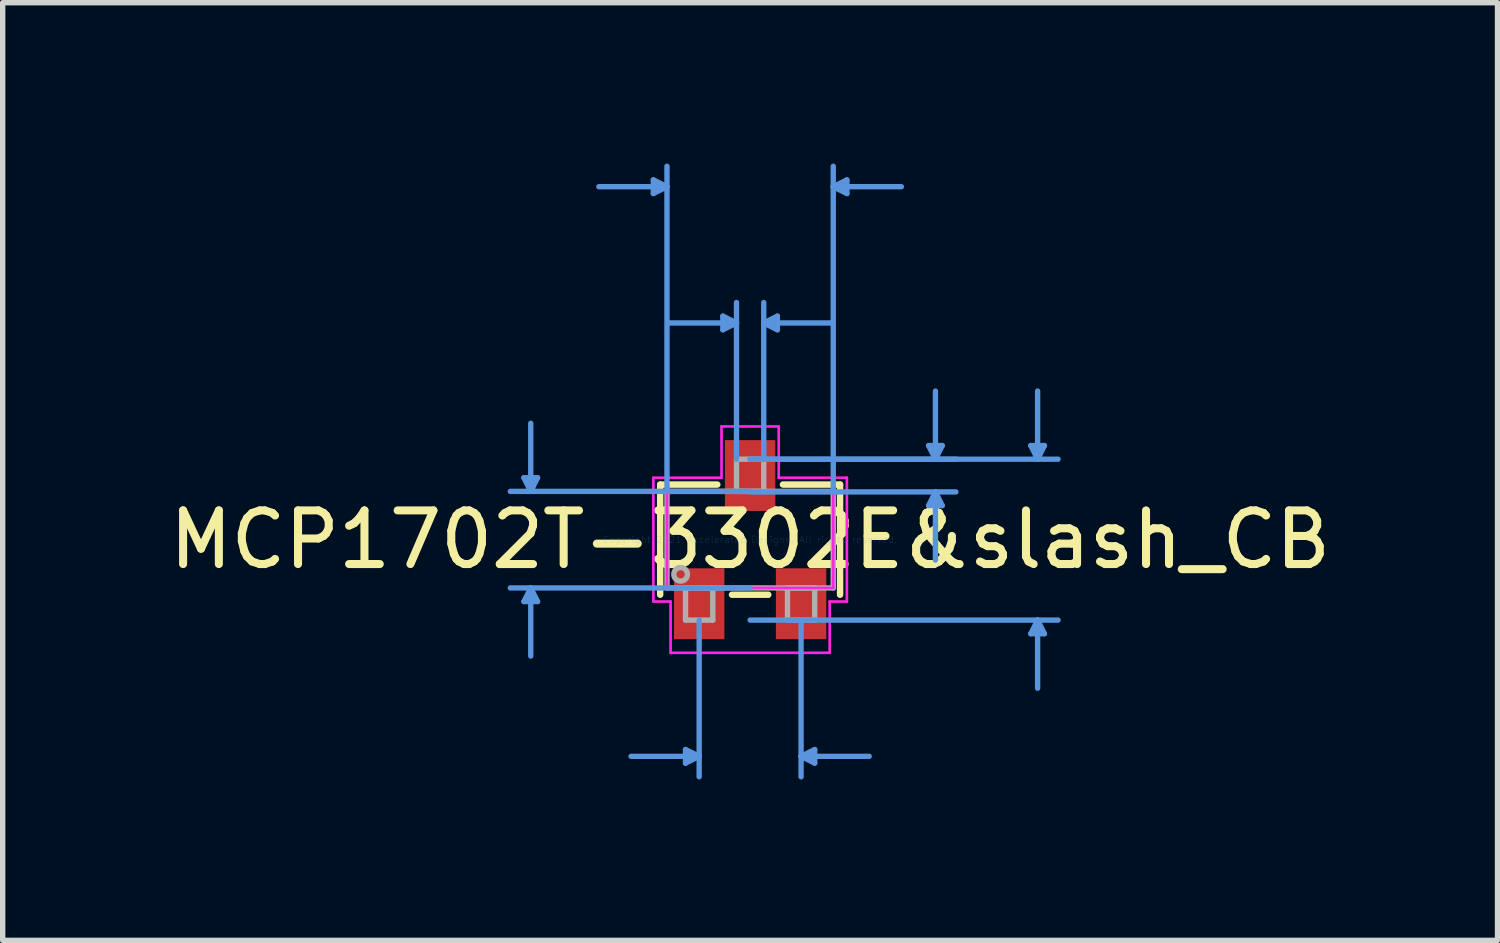
<source format=kicad_pcb>
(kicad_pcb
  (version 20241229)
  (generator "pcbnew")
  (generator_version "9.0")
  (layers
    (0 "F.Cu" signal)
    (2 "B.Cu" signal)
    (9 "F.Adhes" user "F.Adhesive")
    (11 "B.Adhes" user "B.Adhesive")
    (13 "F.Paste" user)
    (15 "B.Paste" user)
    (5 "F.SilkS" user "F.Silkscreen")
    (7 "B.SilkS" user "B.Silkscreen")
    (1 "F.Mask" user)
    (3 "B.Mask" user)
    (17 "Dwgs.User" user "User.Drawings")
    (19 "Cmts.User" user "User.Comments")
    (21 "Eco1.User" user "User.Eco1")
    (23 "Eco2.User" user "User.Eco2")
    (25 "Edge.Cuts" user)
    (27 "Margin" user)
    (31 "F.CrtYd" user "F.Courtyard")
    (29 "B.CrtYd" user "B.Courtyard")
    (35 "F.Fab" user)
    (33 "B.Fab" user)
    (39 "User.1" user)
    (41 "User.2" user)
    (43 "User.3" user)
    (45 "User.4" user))
  (footprint "MCP1702T-3302E&slash_CB"
    (layer "F.Cu")
    (at 10.935 7.011)
    (property "Reference" "MCP1702T-3302E&slash_CB" (at 0 0 0) (layer "F.SilkS") (effects (font (size 1 1) (thickness 0.15))))
    (attr through_hole)
    (fp_line (start -1.677 -1.027) (end -1.677 1.027) (stroke (width 0.12) (type solid)) (layer "F.SilkS"))
    (fp_line (start -0.612 -1.027) (end -1.677 -1.027) (stroke (width 0.12) (type solid)) (layer "F.SilkS"))
    (fp_line (start -0.338 1.027) (end 0.338 1.027) (stroke (width 0.12) (type solid)) (layer "F.SilkS"))
    (fp_line (start 1.677 -1.027) (end 0.612 -1.027) (stroke (width 0.12) (type solid)) (layer "F.SilkS"))
    (fp_line (start 1.677 1.027) (end 1.677 -1.027) (stroke (width 0.12) (type solid)) (layer "F.SilkS"))
    (fp_line (start -4.217 -1.154) (end -3.963 -1.154) (stroke (width 0.1) (type solid)) (layer "Cmts.User"))
    (fp_line (start -4.217 1.154) (end -3.963 1.154) (stroke (width 0.1) (type solid)) (layer "Cmts.User"))
    (fp_line (start -4.09 -0.9) (end -4.217 -1.154) (stroke (width 0.1) (type solid)) (layer "Cmts.User"))
    (fp_line (start -4.09 -0.9) (end -4.09 -2.17) (stroke (width 0.1) (type solid)) (layer "Cmts.User"))
    (fp_line (start -4.09 -0.9) (end -3.963 -1.154) (stroke (width 0.1) (type solid)) (layer "Cmts.User"))
    (fp_line (start -4.09 0.9) (end -4.217 1.154) (stroke (width 0.1) (type solid)) (layer "Cmts.User"))
    (fp_line (start -4.09 0.9) (end -4.09 2.17) (stroke (width 0.1) (type solid)) (layer "Cmts.User"))
    (fp_line (start -4.09 0.9) (end -3.963 1.154) (stroke (width 0.1) (type solid)) (layer "Cmts.User"))
    (fp_line (start -1.804 -6.707) (end -1.804 -6.453) (stroke (width 0.1) (type solid)) (layer "Cmts.User"))
    (fp_line (start -1.55 -6.58) (end -2.82 -6.58) (stroke (width 0.1) (type solid)) (layer "Cmts.User"))
    (fp_line (start -1.55 -6.58) (end -1.804 -6.707) (stroke (width 0.1) (type solid)) (layer "Cmts.User"))
    (fp_line (start -1.55 -6.58) (end -1.804 -6.453) (stroke (width 0.1) (type solid)) (layer "Cmts.User"))
    (fp_line (start -1.55 -0.9) (end -1.55 -6.961) (stroke (width 0.1) (type solid)) (layer "Cmts.User"))
    (fp_line (start -1.204 3.913) (end -1.204 4.167) (stroke (width 0.1) (type solid)) (layer "Cmts.User"))
    (fp_line (start -0.95 1.5) (end -0.95 4.421) (stroke (width 0.1) (type solid)) (layer "Cmts.User"))
    (fp_line (start -0.95 4.04) (end -2.22 4.04) (stroke (width 0.1) (type solid)) (layer "Cmts.User"))
    (fp_line (start -0.95 4.04) (end -1.204 3.913) (stroke (width 0.1) (type solid)) (layer "Cmts.User"))
    (fp_line (start -0.95 4.04) (end -1.204 4.167) (stroke (width 0.1) (type solid)) (layer "Cmts.User"))
    (fp_line (start -0.508 -4.167) (end -0.508 -3.913) (stroke (width 0.1) (type solid)) (layer "Cmts.User"))
    (fp_line (start -0.254 -4.04) (end -1.524 -4.04) (stroke (width 0.1) (type solid)) (layer "Cmts.User"))
    (fp_line (start -0.254 -4.04) (end -0.508 -4.167) (stroke (width 0.1) (type solid)) (layer "Cmts.User"))
    (fp_line (start -0.254 -4.04) (end -0.508 -3.913) (stroke (width 0.1) (type solid)) (layer "Cmts.User"))
    (fp_line (start -0.254 -1.5) (end -0.254 -4.421) (stroke (width 0.1) (type solid)) (layer "Cmts.User"))
    (fp_line (start 0 -1.5) (end 3.836 -1.5) (stroke (width 0.1) (type solid)) (layer "Cmts.User"))
    (fp_line (start 0 -1.5) (end 5.741 -1.5) (stroke (width 0.1) (type solid)) (layer "Cmts.User"))
    (fp_line (start 0 -0.9) (end -4.471 -0.9) (stroke (width 0.1) (type solid)) (layer "Cmts.User"))
    (fp_line (start 0 -0.89) (end 3.836 -0.89) (stroke (width 0.1) (type solid)) (layer "Cmts.User"))
    (fp_line (start 0 0.9) (end -4.471 0.9) (stroke (width 0.1) (type solid)) (layer "Cmts.User"))
    (fp_line (start 0 1.5) (end 5.741 1.5) (stroke (width 0.1) (type solid)) (layer "Cmts.User"))
    (fp_line (start 0.254 -4.04) (end 0.508 -4.167) (stroke (width 0.1) (type solid)) (layer "Cmts.User"))
    (fp_line (start 0.254 -4.04) (end 0.508 -3.913) (stroke (width 0.1) (type solid)) (layer "Cmts.User"))
    (fp_line (start 0.254 -4.04) (end 1.524 -4.04) (stroke (width 0.1) (type solid)) (layer "Cmts.User"))
    (fp_line (start 0.254 -1.5) (end 0.254 -4.421) (stroke (width 0.1) (type solid)) (layer "Cmts.User"))
    (fp_line (start 0.508 -4.167) (end 0.508 -3.913) (stroke (width 0.1) (type solid)) (layer "Cmts.User"))
    (fp_line (start 0.95 1.5) (end 0.95 4.421) (stroke (width 0.1) (type solid)) (layer "Cmts.User"))
    (fp_line (start 0.95 4.04) (end 1.204 3.913) (stroke (width 0.1) (type solid)) (layer "Cmts.User"))
    (fp_line (start 0.95 4.04) (end 1.204 4.167) (stroke (width 0.1) (type solid)) (layer "Cmts.User"))
    (fp_line (start 0.95 4.04) (end 2.22 4.04) (stroke (width 0.1) (type solid)) (layer "Cmts.User"))
    (fp_line (start 1.204 3.913) (end 1.204 4.167) (stroke (width 0.1) (type solid)) (layer "Cmts.User"))
    (fp_line (start 1.55 -6.58) (end 1.804 -6.707) (stroke (width 0.1) (type solid)) (layer "Cmts.User"))
    (fp_line (start 1.55 -6.58) (end 1.804 -6.453) (stroke (width 0.1) (type solid)) (layer "Cmts.User"))
    (fp_line (start 1.55 -6.58) (end 2.82 -6.58) (stroke (width 0.1) (type solid)) (layer "Cmts.User"))
    (fp_line (start 1.55 -0.9) (end 1.55 -6.961) (stroke (width 0.1) (type solid)) (layer "Cmts.User"))
    (fp_line (start 1.804 -6.707) (end 1.804 -6.453) (stroke (width 0.1) (type solid)) (layer "Cmts.User"))
    (fp_line (start 3.328 -1.754) (end 3.582 -1.754) (stroke (width 0.1) (type solid)) (layer "Cmts.User"))
    (fp_line (start 3.328 -0.636) (end 3.582 -0.636) (stroke (width 0.1) (type solid)) (layer "Cmts.User"))
    (fp_line (start 3.455 -1.5) (end 3.328 -1.754) (stroke (width 0.1) (type solid)) (layer "Cmts.User"))
    (fp_line (start 3.455 -1.5) (end 3.455 -2.77) (stroke (width 0.1) (type solid)) (layer "Cmts.User"))
    (fp_line (start 3.455 -1.5) (end 3.582 -1.754) (stroke (width 0.1) (type solid)) (layer "Cmts.User"))
    (fp_line (start 3.455 -0.89) (end 3.328 -0.636) (stroke (width 0.1) (type solid)) (layer "Cmts.User"))
    (fp_line (start 3.455 -0.89) (end 3.455 0.38) (stroke (width 0.1) (type solid)) (layer "Cmts.User"))
    (fp_line (start 3.455 -0.89) (end 3.582 -0.636) (stroke (width 0.1) (type solid)) (layer "Cmts.User"))
    (fp_line (start 5.233 -1.754) (end 5.487 -1.754) (stroke (width 0.1) (type solid)) (layer "Cmts.User"))
    (fp_line (start 5.233 1.754) (end 5.487 1.754) (stroke (width 0.1) (type solid)) (layer "Cmts.User"))
    (fp_line (start 5.36 -1.5) (end 5.233 -1.754) (stroke (width 0.1) (type solid)) (layer "Cmts.User"))
    (fp_line (start 5.36 -1.5) (end 5.36 -2.77) (stroke (width 0.1) (type solid)) (layer "Cmts.User"))
    (fp_line (start 5.36 -1.5) (end 5.487 -1.754) (stroke (width 0.1) (type solid)) (layer "Cmts.User"))
    (fp_line (start 5.36 1.5) (end 5.233 1.754) (stroke (width 0.1) (type solid)) (layer "Cmts.User"))
    (fp_line (start 5.36 1.5) (end 5.36 2.77) (stroke (width 0.1) (type solid)) (layer "Cmts.User"))
    (fp_line (start 5.36 1.5) (end 5.487 1.754) (stroke (width 0.1) (type solid)) (layer "Cmts.User"))
    (fp_line (start -1.804 -1.154) (end -0.533 -1.154) (stroke (width 0.05) (type solid)) (layer "F.CrtYd"))
    (fp_line (start -1.804 1.154) (end -1.804 -1.154) (stroke (width 0.05) (type solid)) (layer "F.CrtYd"))
    (fp_line (start -1.55 -0.9) (end 1.55 -0.9) (stroke (width 0.05) (type solid)) (layer "F.CrtYd"))
    (fp_line (start -1.55 0.9) (end -1.55 -0.9) (stroke (width 0.05) (type solid)) (layer "F.CrtYd"))
    (fp_line (start -1.483 1.154) (end -1.804 1.154) (stroke (width 0.05) (type solid)) (layer "F.CrtYd"))
    (fp_line (start -1.483 1.154) (end -1.483 2.11) (stroke (width 0.05) (type solid)) (layer "F.CrtYd"))
    (fp_line (start -1.483 2.11) (end 1.483 2.11) (stroke (width 0.05) (type solid)) (layer "F.CrtYd"))
    (fp_line (start -0.533 -2.11) (end 0.533 -2.11) (stroke (width 0.05) (type solid)) (layer "F.CrtYd"))
    (fp_line (start -0.533 -1.154) (end -0.533 -2.11) (stroke (width 0.05) (type solid)) (layer "F.CrtYd"))
    (fp_line (start 0.533 -1.154) (end 0.533 -2.11) (stroke (width 0.05) (type solid)) (layer "F.CrtYd"))
    (fp_line (start 1.483 1.154) (end 1.483 2.11) (stroke (width 0.05) (type solid)) (layer "F.CrtYd"))
    (fp_line (start 1.55 -0.9) (end 1.55 0.9) (stroke (width 0.05) (type solid)) (layer "F.CrtYd"))
    (fp_line (start 1.55 0.9) (end -1.55 0.9) (stroke (width 0.05) (type solid)) (layer "F.CrtYd"))
    (fp_line (start 1.804 -1.154) (end 0.533 -1.154) (stroke (width 0.05) (type solid)) (layer "F.CrtYd"))
    (fp_line (start 1.804 -1.154) (end 1.804 1.154) (stroke (width 0.05) (type solid)) (layer "F.CrtYd"))
    (fp_line (start 1.804 1.154) (end 1.483 1.154) (stroke (width 0.05) (type solid)) (layer "F.CrtYd"))
    (fp_line (start -1.55 -0.9) (end -1.55 0.9) (stroke (width 0.1) (type solid)) (layer "F.Fab"))
    (fp_line (start -1.55 0.9) (end 1.55 0.9) (stroke (width 0.1) (type solid)) (layer "F.Fab"))
    (fp_line (start -1.204 0.9) (end -1.204 1.5) (stroke (width 0.1) (type solid)) (layer "F.Fab"))
    (fp_line (start -1.204 1.5) (end -0.696 1.5) (stroke (width 0.1) (type solid)) (layer "F.Fab"))
    (fp_line (start -0.696 0.9) (end -1.204 0.9) (stroke (width 0.1) (type solid)) (layer "F.Fab"))
    (fp_line (start -0.696 1.5) (end -0.696 0.9) (stroke (width 0.1) (type solid)) (layer "F.Fab"))
    (fp_line (start -0.254 -1.5) (end -0.254 -0.9) (stroke (width 0.1) (type solid)) (layer "F.Fab"))
    (fp_line (start -0.254 -0.9) (end 0.254 -0.9) (stroke (width 0.1) (type solid)) (layer "F.Fab"))
    (fp_line (start 0.254 -1.5) (end -0.254 -1.5) (stroke (width 0.1) (type solid)) (layer "F.Fab"))
    (fp_line (start 0.254 -0.9) (end 0.254 -1.5) (stroke (width 0.1) (type solid)) (layer "F.Fab"))
    (fp_line (start 0.696 0.9) (end 0.696 1.5) (stroke (width 0.1) (type solid)) (layer "F.Fab"))
    (fp_line (start 0.696 1.5) (end 1.204 1.5) (stroke (width 0.1) (type solid)) (layer "F.Fab"))
    (fp_line (start 1.204 0.9) (end 0.696 0.9) (stroke (width 0.1) (type solid)) (layer "F.Fab"))
    (fp_line (start 1.204 1.5) (end 1.204 0.9) (stroke (width 0.1) (type solid)) (layer "F.Fab"))
    (fp_line (start 1.55 -0.9) (end -1.55 -0.9) (stroke (width 0.1) (type solid)) (layer "F.Fab"))
    (fp_line (start 1.55 0.9) (end 1.55 -0.9) (stroke (width 0.1) (type solid)) (layer "F.Fab"))
    (fp_circle (center -1.296 0.646) (end -1.169 0.646) (stroke (width 0.1) (type solid)) (fill no) (layer "F.Fab"))
    (fp_text user "Copyright 2021 Accelerated Designs. All rights reserved." (at 0 0 0) (layer "Cmts.User") (effects (font (size 0.127 0.127) (thickness 0.002))))
    (pad "1" smd rect (at -0.95 1.195) (size 0.94 1.321) (layers "F.Cu" "F.Mask" "F.Paste"))
    (pad "2" smd rect (at 0.95 1.195) (size 0.94 1.321) (layers "F.Cu" "F.Mask" "F.Paste"))
    (pad "3" smd rect (at 0 -1.195) (size 0.94 1.321) (layers "F.Cu" "F.Mask" "F.Paste")))
  (gr_rect
    (start -3 -3)
    (end 24.869 14.482)
    (stroke (width 0.1) (type default))
    (fill no)
    (layer "Edge.Cuts")))
</source>
